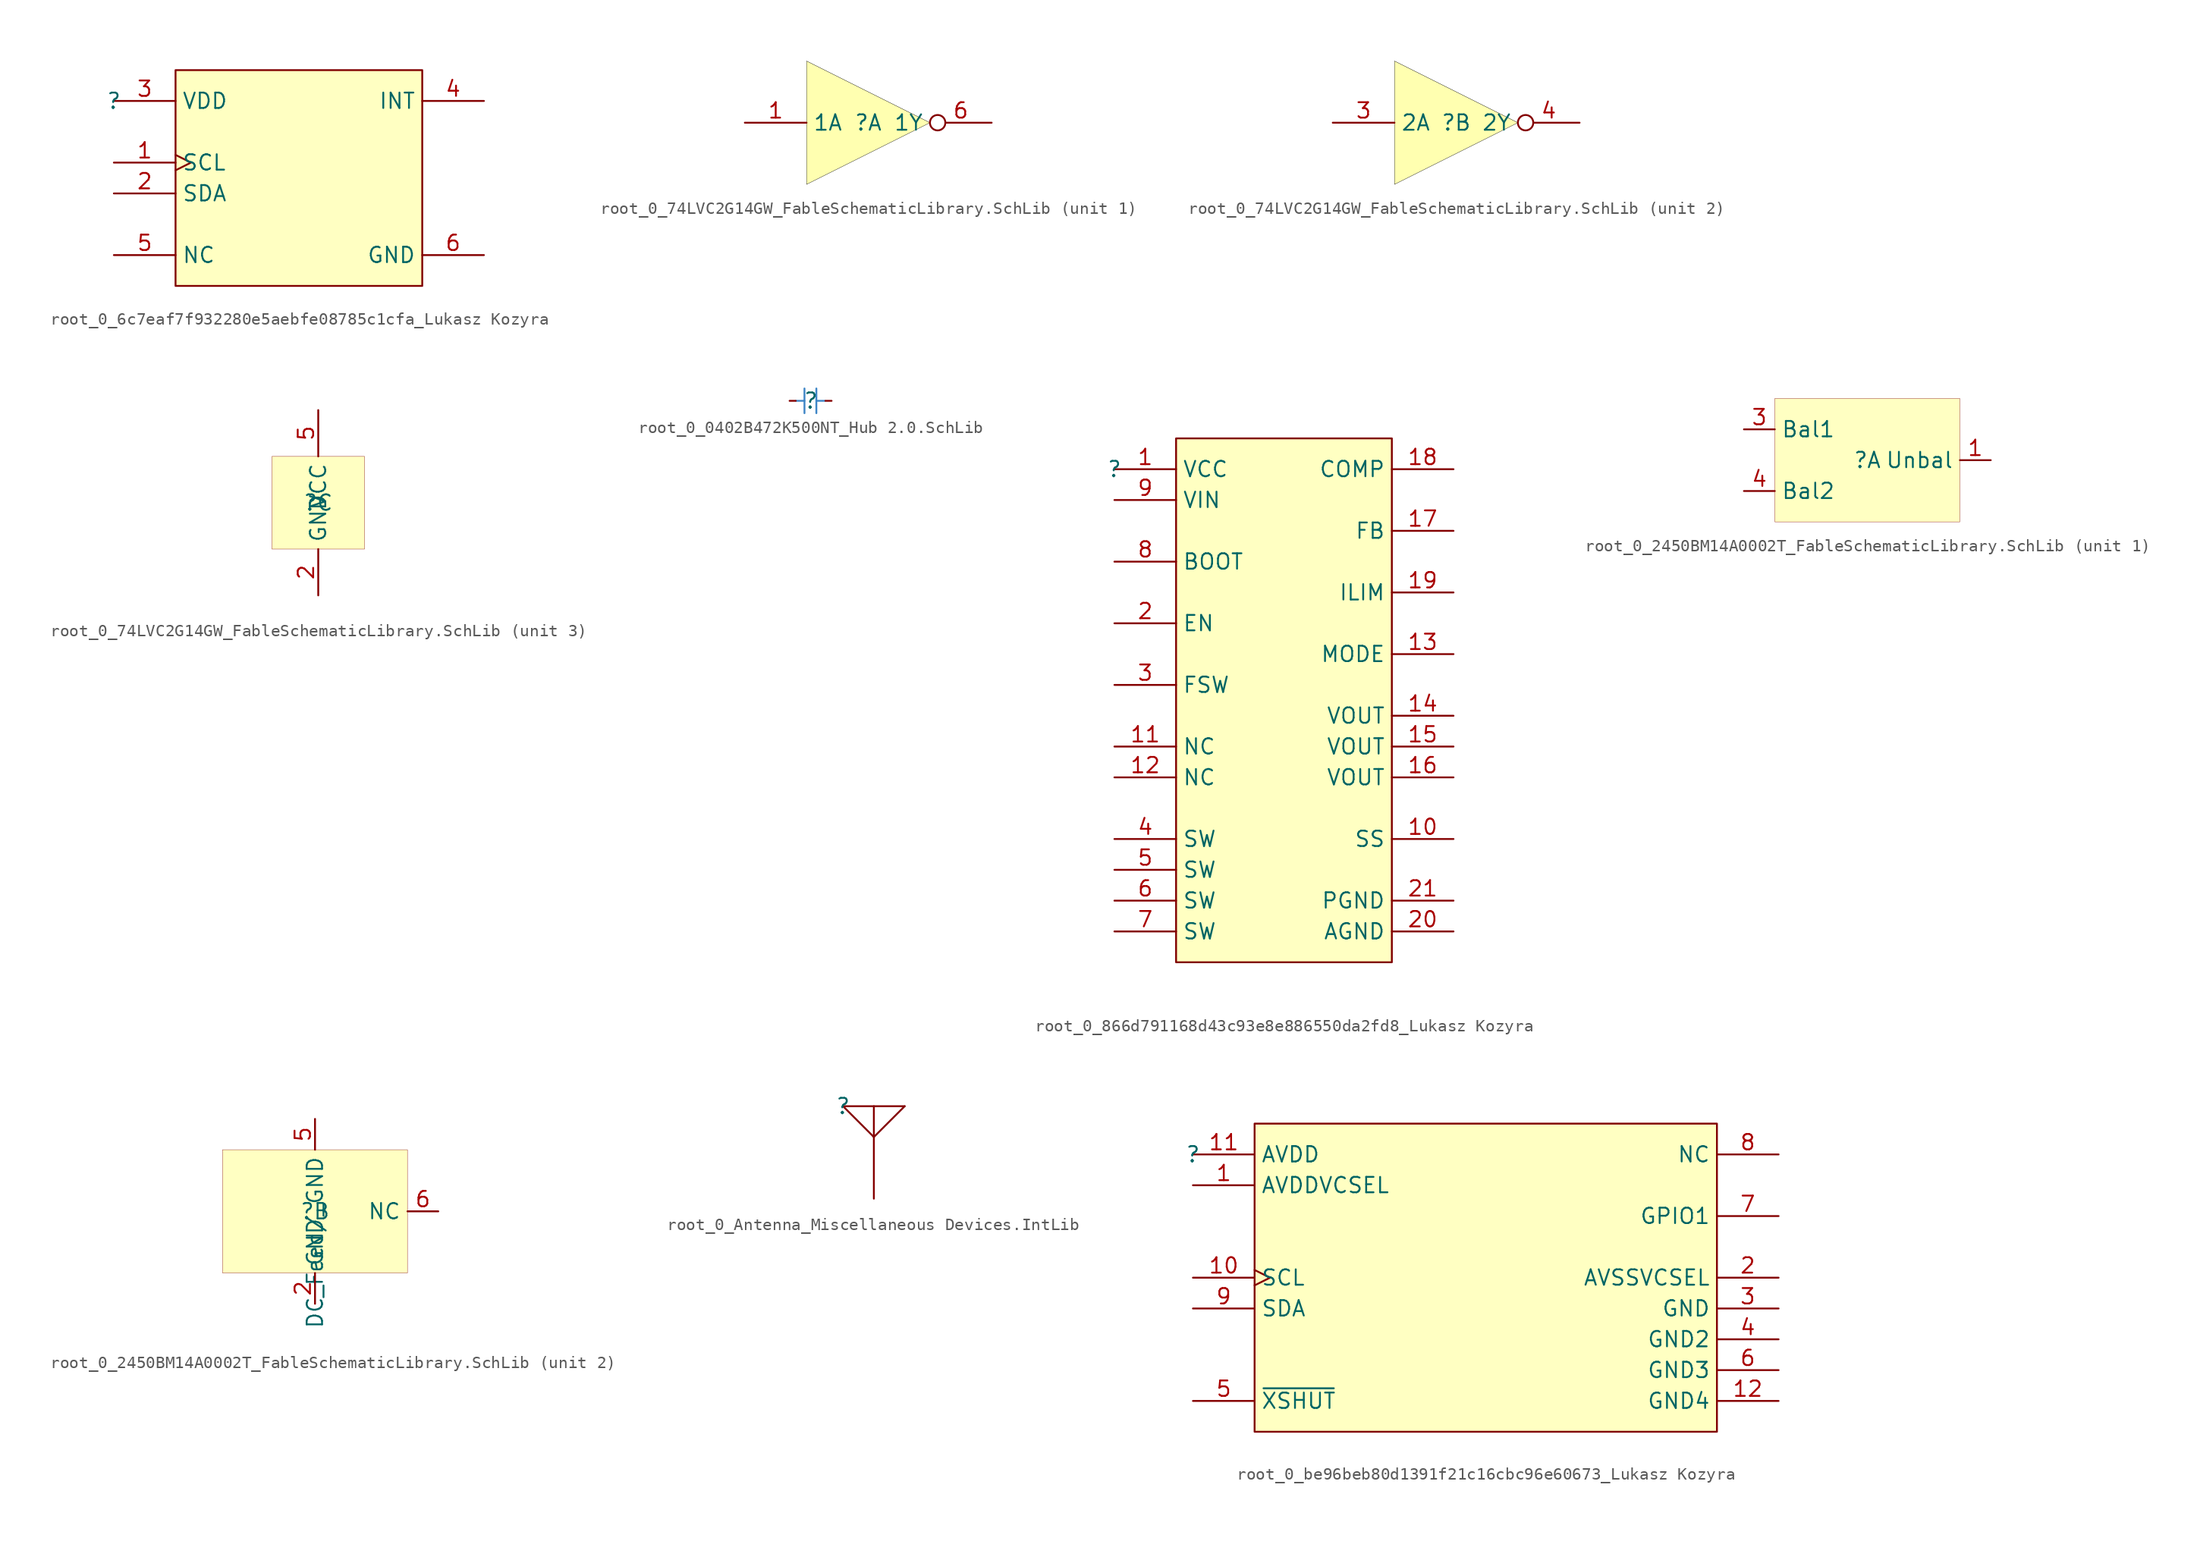
<source format=kicad_sym>
(kicad_symbol_lib
  (version 20241209)
  (generator "kicad_symbol_editor")
  (generator_version "9.0")
  (symbol "root_0_6c7eaf7f932280e5aebfe08785c1cfa_Lukasz Kozyra"
    (property "Reference" ""
      (at 0 0 0)
      (effects (font (size 1.27 1.27))))
    (property "Value" ""
      (at 0 0 0)
      (effects (font (size 1.27 1.27))))
    (symbol "root_0_6c7eaf7f932280e5aebfe08785c1cfa_Lukasz Kozyra_1_0"
      (rectangle (start 25.4 2.54) (end 5.08 -15.24) (stroke (width 0) (type solid) (color 128 0 0 1)) (fill (type background)))
      (pin power_in line (at 0 0 0) (length 5.08) (name "VDD" (effects (font (size 1.27 1.27)))) (number "3" (effects (font (size 1.27 1.27)))))
      (pin input clock (at 0 -5.08 0) (length 5.08) (name "SCL" (effects (font (size 1.27 1.27)))) (number "1" (effects (font (size 1.27 1.27)))))
      (pin bidirectional line (at 0 -7.62 0) (length 5.08) (name "SDA" (effects (font (size 1.27 1.27)))) (number "2" (effects (font (size 1.27 1.27)))))
      (pin passive line (at 0 -12.7 0) (length 5.08) (name "NC" (effects (font (size 1.27 1.27)))) (number "5" (effects (font (size 1.27 1.27)))))
      (pin output line (at 30.48 0 180) (length 5.08) (name "INT" (effects (font (size 1.27 1.27)))) (number "4" (effects (font (size 1.27 1.27)))))
      (pin power_in line (at 30.48 -12.7 180) (length 5.08) (name "GND" (effects (font (size 1.27 1.27)))) (number "6" (effects (font (size 1.27 1.27)))))))
  (symbol "root_0_74LVC2G14GW_FableSchematicLibrary.SchLib"
    (property "Reference" ""
      (at 0 0 0)
      (effects (font (size 1.27 1.27))))
    (property "Value" ""
      (at 0 0 0)
      (effects (font (size 1.27 1.27))))
    (symbol "root_0_74LVC2G14GW_FableSchematicLibrary.SchLib_1_0"
      (polyline (pts (xy -5.08 5.08) (xy 5.08 0) (xy -5.08 -5.08) (xy -5.08 5.08)) (stroke (width 0.025) (type solid) (color 0 0 0 1)) (fill (type color) (color 255 255 176 1)))
      (pin input line (at -10.16 0 0) (length 5.08) (name "1A" (effects (font (size 1.27 1.27)))) (number "1" (effects (font (size 1.27 1.27)))))
      (pin output inverted (at 10.16 0 180) (length 5.08) (name "1Y" (effects (font (size 1.27 1.27)))) (number "6" (effects (font (size 1.27 1.27))))))
    (symbol "root_0_74LVC2G14GW_FableSchematicLibrary.SchLib_2_0"
      (polyline (pts (xy -5.08 5.08) (xy 5.08 0) (xy -5.08 -5.08) (xy -5.08 5.08)) (stroke (width 0.025) (type solid) (color 0 0 0 1)) (fill (type color) (color 255 255 176 1)))
      (pin input line (at -10.16 0 0) (length 5.08) (name "2A" (effects (font (size 1.27 1.27)))) (number "3" (effects (font (size 1.27 1.27)))))
      (pin output inverted (at 10.16 0 180) (length 5.08) (name "2Y" (effects (font (size 1.27 1.27)))) (number "4" (effects (font (size 1.27 1.27))))))
    (symbol "root_0_74LVC2G14GW_FableSchematicLibrary.SchLib_3_0"
      (rectangle (start 3.81 3.81) (end -3.81 -3.81) (stroke (width 0.025) (type solid) (color 128 0 0 1)) (fill (type background)))
      (pin power_in line (at 0 7.62 270) (length 3.81) (name "VCC" (effects (font (size 1.27 1.27)))) (number "5" (effects (font (size 1.27 1.27)))))
      (pin power_in line (at 0 -7.62 90) (length 3.81) (name "GND" (effects (font (size 1.27 1.27)))) (number "2" (effects (font (size 1.27 1.27)))))))
  (symbol "root_0_0402B472K500NT_Hub 2.0.SchLib"
    (pin_numbers
      (hide yes))
    (pin_names
      (hide yes))
    (property "Reference" ""
      (at 0 0 0)
      (effects (font (size 1.27 1.27))))
    (property "Value" ""
      (at 0 0 0)
      (effects (font (size 1.27 1.27))))
    (symbol "root_0_0402B472K500NT_Hub 2.0.SchLib_1_0"
      (polyline (pts (xy -1.228 0) (xy -0.528 0) (xy -0.528 1.016)) (stroke (width 0) (type solid) (color 61 133 198 1)) (fill (type none)))
      (polyline (pts (xy -0.528 0) (xy -0.528 -1.016)) (stroke (width 0) (type solid) (color 61 133 198 1)) (fill (type none)))
      (polyline (pts (xy 0.45 0) (xy 0.45 1.016)) (stroke (width 0) (type solid) (color 61 133 198 1)) (fill (type none)))
      (polyline (pts (xy 1.15 0) (xy 0.45 0) (xy 0.45 -1.016)) (stroke (width 0) (type solid) (color 61 133 198 1)) (fill (type none)))
      (pin passive line (at -1.75 0 0) (length 0.5) (name "1" (effects (font (size 1.27 1.27)))) (number "1" (effects (font (size 1.27 1.27)))))
      (pin passive line (at 1.7 0 180) (length 0.5) (name "2" (effects (font (size 1.27 1.27)))) (number "2" (effects (font (size 1.27 1.27)))))))
  (symbol "root_0_866d791168d43c93e8e886550da2fd8_Lukasz Kozyra"
    (property "Reference" ""
      (at 0 0 0)
      (effects (font (size 1.27 1.27))))
    (property "Value" ""
      (at 0 0 0)
      (effects (font (size 1.27 1.27))))
    (symbol "root_0_866d791168d43c93e8e886550da2fd8_Lukasz Kozyra_1_0"
      (rectangle (start 22.86 2.54) (end 5.08 -40.64) (stroke (width 0) (type solid) (color 128 0 0 1)) (fill (type background)))
      (pin power_in line (at 0 0 0) (length 5.08) (name "VCC" (effects (font (size 1.27 1.27)))) (number "1" (effects (font (size 1.27 1.27)))))
      (pin power_in line (at 0 -2.54 0) (length 5.08) (name "VIN" (effects (font (size 1.27 1.27)))) (number "9" (effects (font (size 1.27 1.27)))))
      (pin output line (at 0 -7.62 0) (length 5.08) (name "BOOT" (effects (font (size 1.27 1.27)))) (number "8" (effects (font (size 1.27 1.27)))))
      (pin input line (at 0 -12.7 0) (length 5.08) (name "EN" (effects (font (size 1.27 1.27)))) (number "2" (effects (font (size 1.27 1.27)))))
      (pin passive line (at 0 -17.78 0) (length 5.08) (name "FSW" (effects (font (size 1.27 1.27)))) (number "3" (effects (font (size 1.27 1.27)))))
      (pin passive line (at 0 -22.86 0) (length 5.08) (name "NC" (effects (font (size 1.27 1.27)))) (number "11" (effects (font (size 1.27 1.27)))))
      (pin passive line (at 0 -25.4 0) (length 5.08) (name "NC" (effects (font (size 1.27 1.27)))) (number "12" (effects (font (size 1.27 1.27)))))
      (pin power_in line (at 0 -30.48 0) (length 5.08) (name "SW" (effects (font (size 1.27 1.27)))) (number "4" (effects (font (size 1.27 1.27)))))
      (pin power_in line (at 0 -33.02 0) (length 5.08) (name "SW" (effects (font (size 1.27 1.27)))) (number "5" (effects (font (size 1.27 1.27)))))
      (pin power_in line (at 0 -35.56 0) (length 5.08) (name "SW" (effects (font (size 1.27 1.27)))) (number "6" (effects (font (size 1.27 1.27)))))
      (pin power_in line (at 0 -38.1 0) (length 5.08) (name "SW" (effects (font (size 1.27 1.27)))) (number "7" (effects (font (size 1.27 1.27)))))
      (pin passive line (at 27.94 0 180) (length 5.08) (name "COMP" (effects (font (size 1.27 1.27)))) (number "18" (effects (font (size 1.27 1.27)))))
      (pin input line (at 27.94 -5.08 180) (length 5.08) (name "FB" (effects (font (size 1.27 1.27)))) (number "17" (effects (font (size 1.27 1.27)))))
      (pin passive line (at 27.94 -10.16 180) (length 5.08) (name "ILIM" (effects (font (size 1.27 1.27)))) (number "19" (effects (font (size 1.27 1.27)))))
      (pin input line (at 27.94 -15.24 180) (length 5.08) (name "MODE" (effects (font (size 1.27 1.27)))) (number "13" (effects (font (size 1.27 1.27)))))
      (pin power_in line (at 27.94 -20.32 180) (length 5.08) (name "VOUT" (effects (font (size 1.27 1.27)))) (number "14" (effects (font (size 1.27 1.27)))))
      (pin power_in line (at 27.94 -22.86 180) (length 5.08) (name "VOUT" (effects (font (size 1.27 1.27)))) (number "15" (effects (font (size 1.27 1.27)))))
      (pin power_in line (at 27.94 -25.4 180) (length 5.08) (name "VOUT" (effects (font (size 1.27 1.27)))) (number "16" (effects (font (size 1.27 1.27)))))
      (pin output line (at 27.94 -30.48 180) (length 5.08) (name "SS" (effects (font (size 1.27 1.27)))) (number "10" (effects (font (size 1.27 1.27)))))
      (pin power_in line (at 27.94 -35.56 180) (length 5.08) (name "PGND" (effects (font (size 1.27 1.27)))) (number "21" (effects (font (size 1.27 1.27)))))
      (pin power_in line (at 27.94 -38.1 180) (length 5.08) (name "AGND" (effects (font (size 1.27 1.27)))) (number "20" (effects (font (size 1.27 1.27)))))))
  (symbol "root_0_2450BM14A0002T_FableSchematicLibrary.SchLib"
    (property "Reference" ""
      (at 0 0 0)
      (effects (font (size 1.27 1.27))))
    (property "Value" ""
      (at 0 0 0)
      (effects (font (size 1.27 1.27))))
    (symbol "root_0_2450BM14A0002T_FableSchematicLibrary.SchLib_1_0"
      (rectangle (start 7.62 5.08) (end -7.62 -5.08) (stroke (width 0.025) (type solid) (color 128 0 0 1)) (fill (type background)))
      (pin passive line (at -10.16 2.54 0) (length 2.54) (name "Bal1" (effects (font (size 1.27 1.27)))) (number "3" (effects (font (size 1.27 1.27)))))
      (pin passive line (at -10.16 -2.54 0) (length 2.54) (name "Bal2" (effects (font (size 1.27 1.27)))) (number "4" (effects (font (size 1.27 1.27)))))
      (pin passive line (at 10.16 0 180) (length 2.54) (name "Unbal" (effects (font (size 1.27 1.27)))) (number "1" (effects (font (size 1.27 1.27))))))
    (symbol "root_0_2450BM14A0002T_FableSchematicLibrary.SchLib_2_0"
      (rectangle (start 7.62 5.08) (end -7.62 -5.08) (stroke (width 0.025) (type solid) (color 128 0 0 1)) (fill (type background)))
      (pin passive line (at 0 7.62 270) (length 2.54) (name "DC_Feed/_GND" (effects (font (size 1.27 1.27)))) (number "5" (effects (font (size 1.27 1.27)))))
      (pin passive line (at 0 -7.62 90) (length 2.54) (name "GND" (effects (font (size 1.27 1.27)))) (number "2" (effects (font (size 1.27 1.27)))))
      (pin passive line (at 10.16 0 180) (length 2.54) (name "NC" (effects (font (size 1.27 1.27)))) (number "6" (effects (font (size 1.27 1.27)))))))
  (symbol "root_0_Antenna_Miscellaneous Devices.IntLib"
    (pin_numbers
      (hide yes))
    (pin_names
      (hide yes))
    (property "Reference" ""
      (at 0 0 0)
      (effects (font (size 1.27 1.27))))
    (property "Value" ""
      (at 0 0 0)
      (effects (font (size 1.27 1.27))))
    (symbol "root_0_Antenna_Miscellaneous Devices.IntLib_1_0"
      (polyline (pts (xy 0 0) (xy 2.54 -2.54)) (stroke (width 0) (type solid)) (fill (type none)))
      (polyline (pts (xy 0 0) (xy 5.08 0)) (stroke (width 0) (type solid)) (fill (type none)))
      (polyline (pts (xy 2.54 0) (xy 2.54 -2.54)) (stroke (width 0) (type solid)) (fill (type none)))
      (polyline (pts (xy 5.08 0) (xy 2.54 -2.54)) (stroke (width 0) (type solid)) (fill (type none)))
      (pin passive line (at 2.54 -7.62 90) (length 5.08) (name "A" (effects (font (size 1.27 1.27)))) (number "1" (effects (font (size 1.27 1.27)))))))
  (symbol "root_0_be96beb80d1391f21c16cbc96e60673_Lukasz Kozyra"
    (property "Reference" ""
      (at 0 0 0)
      (effects (font (size 1.27 1.27))))
    (property "Value" ""
      (at 0 0 0)
      (effects (font (size 1.27 1.27))))
    (symbol "root_0_be96beb80d1391f21c16cbc96e60673_Lukasz Kozyra_1_0"
      (rectangle (start 43.18 2.54) (end 5.08 -22.86) (stroke (width 0) (type solid) (color 128 0 0 1)) (fill (type background)))
      (pin power_in line (at 0 0 0) (length 5.08) (name "AVDD" (effects (font (size 1.27 1.27)))) (number "11" (effects (font (size 1.27 1.27)))))
      (pin power_in line (at 0 -2.54 0) (length 5.08) (name "AVDDVCSEL" (effects (font (size 1.27 1.27)))) (number "1" (effects (font (size 1.27 1.27)))))
      (pin input clock (at 0 -10.16 0) (length 5.08) (name "SCL" (effects (font (size 1.27 1.27)))) (number "10" (effects (font (size 1.27 1.27)))))
      (pin bidirectional line (at 0 -12.7 0) (length 5.08) (name "SDA" (effects (font (size 1.27 1.27)))) (number "9" (effects (font (size 1.27 1.27)))))
      (pin input line (at 0 -20.32 0) (length 5.08) (name "~{XSHUT}" (effects (font (size 1.27 1.27)))) (number "5" (effects (font (size 1.27 1.27)))))
      (pin passive line (at 48.26 0 180) (length 5.08) (name "NC" (effects (font (size 1.27 1.27)))) (number "8" (effects (font (size 1.27 1.27)))))
      (pin bidirectional line (at 48.26 -5.08 180) (length 5.08) (name "GPIO1" (effects (font (size 1.27 1.27)))) (number "7" (effects (font (size 1.27 1.27)))))
      (pin power_in line (at 48.26 -10.16 180) (length 5.08) (name "AVSSVCSEL" (effects (font (size 1.27 1.27)))) (number "2" (effects (font (size 1.27 1.27)))))
      (pin power_in line (at 48.26 -12.7 180) (length 5.08) (name "GND" (effects (font (size 1.27 1.27)))) (number "3" (effects (font (size 1.27 1.27)))))
      (pin power_in line (at 48.26 -15.24 180) (length 5.08) (name "GND2" (effects (font (size 1.27 1.27)))) (number "4" (effects (font (size 1.27 1.27)))))
      (pin power_in line (at 48.26 -17.78 180) (length 5.08) (name "GND3" (effects (font (size 1.27 1.27)))) (number "6" (effects (font (size 1.27 1.27)))))
      (pin power_in line (at 48.26 -20.32 180) (length 5.08) (name "GND4" (effects (font (size 1.27 1.27)))) (number "12" (effects (font (size 1.27 1.27))))))))
</source>
